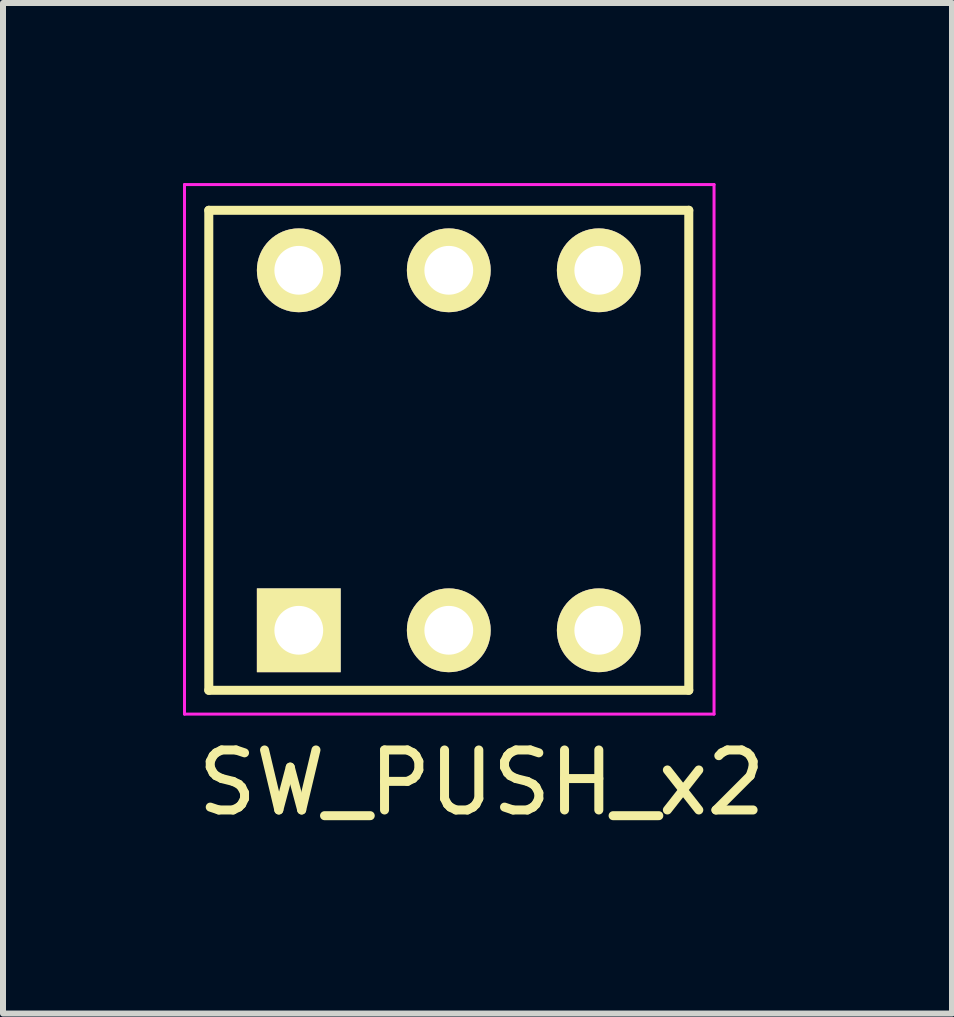
<source format=kicad_pcb>
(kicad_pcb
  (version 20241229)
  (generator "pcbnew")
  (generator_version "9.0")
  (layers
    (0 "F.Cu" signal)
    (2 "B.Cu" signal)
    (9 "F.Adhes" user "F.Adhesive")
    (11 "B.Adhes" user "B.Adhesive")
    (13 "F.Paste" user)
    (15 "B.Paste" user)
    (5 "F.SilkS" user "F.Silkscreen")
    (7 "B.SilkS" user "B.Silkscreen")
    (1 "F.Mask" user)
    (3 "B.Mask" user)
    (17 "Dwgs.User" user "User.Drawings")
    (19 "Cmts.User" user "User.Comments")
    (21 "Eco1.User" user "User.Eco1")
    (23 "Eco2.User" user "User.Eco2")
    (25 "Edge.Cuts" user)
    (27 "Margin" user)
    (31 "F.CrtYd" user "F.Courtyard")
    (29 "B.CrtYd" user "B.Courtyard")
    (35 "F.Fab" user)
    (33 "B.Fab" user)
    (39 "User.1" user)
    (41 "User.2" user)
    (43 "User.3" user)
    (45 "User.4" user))
  (footprint "SW_PUSH_x2"
    (layer "F.Cu")
    (at 1.93 7.455)
    (property "Reference" "SW_PUSH_x2" (at 3.048 2.54 0) (layer "F.SilkS") (effects (font (size 1 1) (thickness 0.15))))
    (attr through_hole)
    (fp_line (start -1.5 -7) (end -1.5 1) (stroke (width 0.15) (type solid)) (layer "F.SilkS"))
    (fp_line (start -1.5 1) (end 6.5 1) (stroke (width 0.15) (type solid)) (layer "F.SilkS"))
    (fp_line (start 6.5 -7) (end -1.5 -7) (stroke (width 0.15) (type solid)) (layer "F.SilkS"))
    (fp_line (start 6.5 1) (end 6.5 -7) (stroke (width 0.15) (type solid)) (layer "F.SilkS"))
    (fp_line (start -1.905 -7.429) (end -1.905 1.397) (stroke (width 0.05) (type solid)) (layer "F.CrtYd"))
    (fp_line (start -1.905 -7.429) (end 6.921 -7.429) (stroke (width 0.05) (type solid)) (layer "F.CrtYd"))
    (fp_line (start -1.905 1.397) (end 6.921 1.397) (stroke (width 0.05) (type solid)) (layer "F.CrtYd"))
    (fp_line (start 6.921 -7.429) (end 6.921 1.397) (stroke (width 0.05) (type solid)) (layer "F.CrtYd"))
    (pad "1" thru_hole rect (at 0 0) (size 1.397 1.397) (drill 0.813) (layers "*.Cu" "*.Mask" "F.SilkS"))
    (pad "2" thru_hole circle (at 2.5 0) (size 1.397 1.397) (drill 0.813) (layers "*.Cu" "*.Mask" "F.SilkS"))
    (pad "3" thru_hole circle (at 5 0) (size 1.397 1.397) (drill 0.813) (layers "*.Cu" "*.Mask" "F.SilkS"))
    (pad "4" thru_hole circle (at 5 -6) (size 1.397 1.397) (drill 0.813) (layers "*.Cu" "*.Mask" "F.SilkS"))
    (pad "5" thru_hole circle (at 2.5 -6) (size 1.397 1.397) (drill 0.813) (layers "*.Cu" "*.Mask" "F.SilkS"))
    (pad "6" thru_hole circle (at 0 -6) (size 1.397 1.397) (drill 0.813) (layers "*.Cu" "*.Mask" "F.SilkS")))
  (gr_rect
    (start -3 -3)
    (end 12.817 13.843)
    (stroke (width 0.1) (type default))
    (fill no)
    (layer "Edge.Cuts")))
</source>
